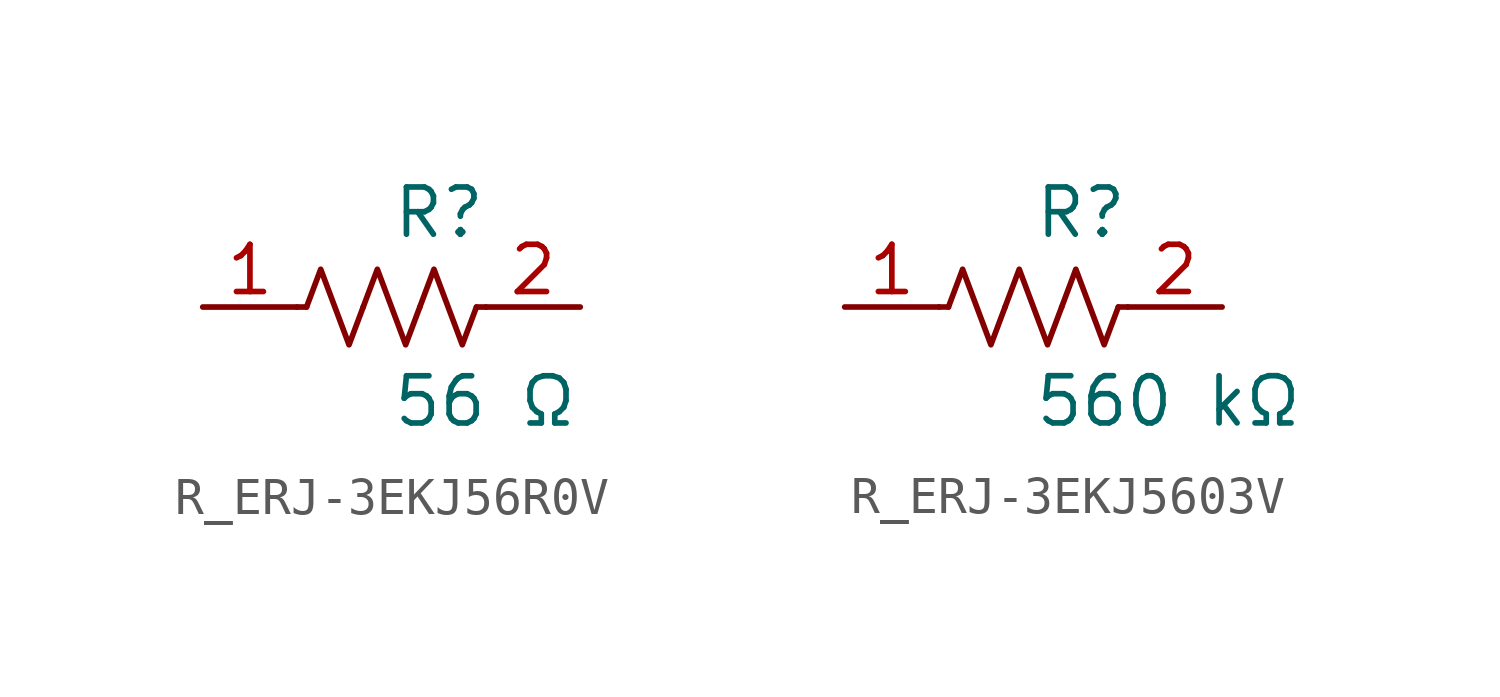
<source format=kicad_sym>
(kicad_symbol_lib
  (version 20231120)
  (generator kicad_symbol_editor)
  (generator_version 8.0)
  (symbol "R_ERJ-3EKJ56R0V"
    (pin_names
      (offset 0.254))
    (property "Reference" "R"
      (at 0.0 2.54 0)
      (effects (font (size 1.27 1.27)) (justify left)))
    (property "Value" "56 Ω"
      (at 0.0 -2.54 0)
      (effects (font (size 1.27 1.27)) (justify left)))
    (symbol "R_ERJ-3EKJ56R0V_0_1"
      (polyline (pts (xy 2.286 0) (xy 2.54 0)) (stroke (width 0) (type default)) (fill (type none)))
      (polyline (pts (xy -2.286 0) (xy -2.54 0)) (stroke (width 0) (type default)) (fill (type none)))
      (polyline (pts (xy 0.762 0) (xy 1.143 1.016) (xy 1.524 0) (xy 1.905 -1.016) (xy 2.286 0)) (stroke (width 0) (type default)) (fill (type none)))
      (polyline (pts (xy -0.762 0) (xy -0.381 1.016) (xy 0 0) (xy 0.381 -1.016) (xy 0.762 0)) (stroke (width 0) (type default)) (fill (type none)))
      (polyline (pts (xy -2.286 0) (xy -1.905 1.016) (xy -1.524 0) (xy -1.143 -1.016) (xy -0.762 0)) (stroke (width 0) (type default)) (fill (type none))))
    (pin unspecified line
      (at -5.08 0 0)
      (length 2.54)
      (name "" (effects (font (size 1.27 1.27))))
      (number "1" (effects (font (size 1.27 1.27)))))
    (pin unspecified line
      (at 5.08 0 180)
      (length 2.54)
      (name "" (effects (font (size 1.27 1.27))))
      (number "2" (effects (font (size 1.27 1.27))))))
  (symbol "R_ERJ-3EKJ5603V"
    (pin_names
      (offset 0.254))
    (property "Reference" "R"
      (at 0.0 2.54 0)
      (effects (font (size 1.27 1.27)) (justify left)))
    (property "Value" "560 kΩ"
      (at 0.0 -2.54 0)
      (effects (font (size 1.27 1.27)) (justify left)))
    (symbol "R_ERJ-3EKJ5603V_0_1"
      (polyline (pts (xy 2.286 0) (xy 2.54 0)) (stroke (width 0) (type default)) (fill (type none)))
      (polyline (pts (xy -2.286 0) (xy -2.54 0)) (stroke (width 0) (type default)) (fill (type none)))
      (polyline (pts (xy 0.762 0) (xy 1.143 1.016) (xy 1.524 0) (xy 1.905 -1.016) (xy 2.286 0)) (stroke (width 0) (type default)) (fill (type none)))
      (polyline (pts (xy -0.762 0) (xy -0.381 1.016) (xy 0 0) (xy 0.381 -1.016) (xy 0.762 0)) (stroke (width 0) (type default)) (fill (type none)))
      (polyline (pts (xy -2.286 0) (xy -1.905 1.016) (xy -1.524 0) (xy -1.143 -1.016) (xy -0.762 0)) (stroke (width 0) (type default)) (fill (type none))))
    (pin unspecified line
      (at -5.08 0 0)
      (length 2.54)
      (name "" (effects (font (size 1.27 1.27))))
      (number "1" (effects (font (size 1.27 1.27)))))
    (pin unspecified line
      (at 5.08 0 180)
      (length 2.54)
      (name "" (effects (font (size 1.27 1.27))))
      (number "2" (effects (font (size 1.27 1.27)))))))
</source>
